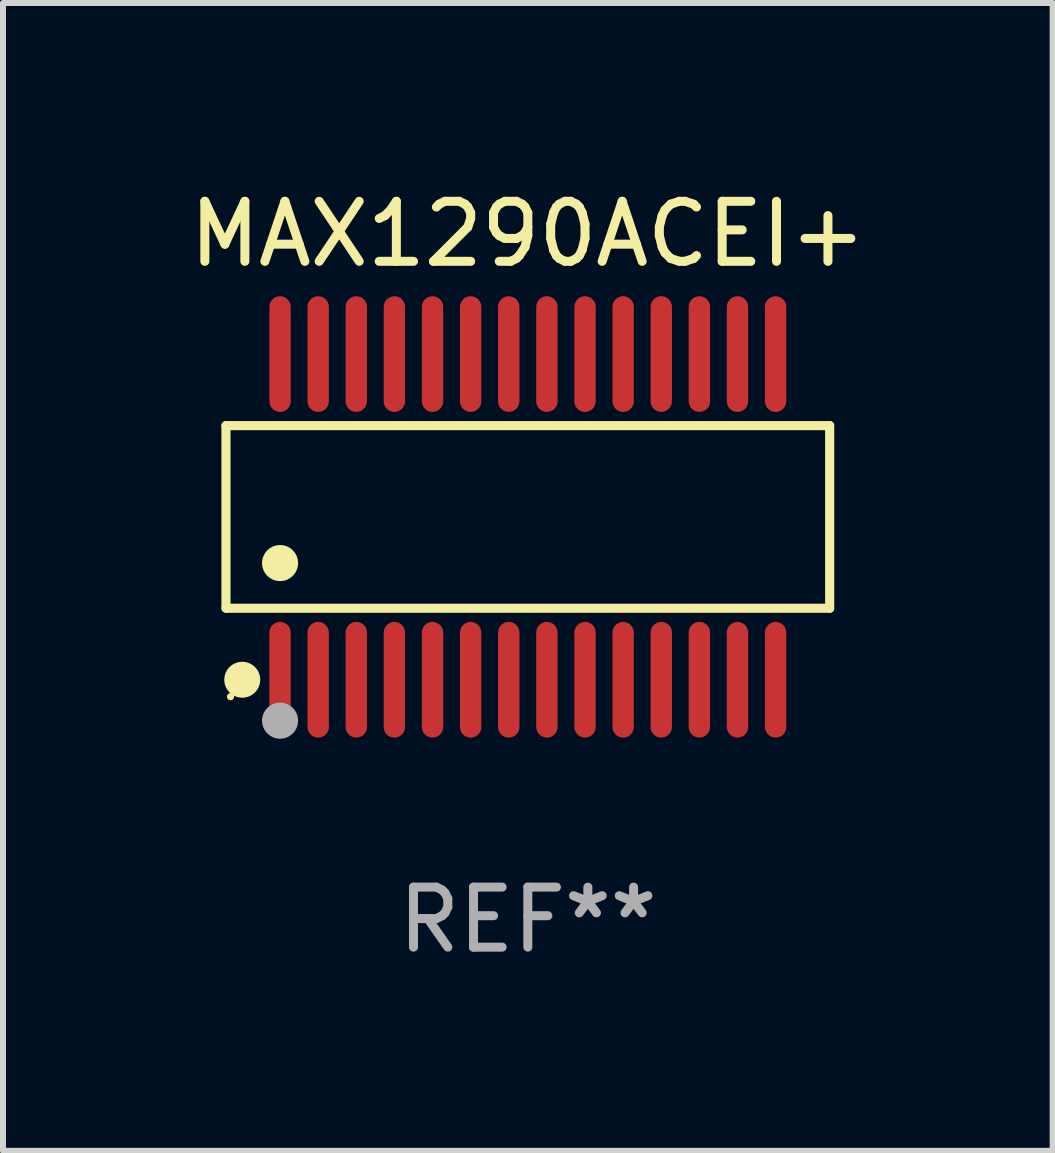
<source format=kicad_pcb>
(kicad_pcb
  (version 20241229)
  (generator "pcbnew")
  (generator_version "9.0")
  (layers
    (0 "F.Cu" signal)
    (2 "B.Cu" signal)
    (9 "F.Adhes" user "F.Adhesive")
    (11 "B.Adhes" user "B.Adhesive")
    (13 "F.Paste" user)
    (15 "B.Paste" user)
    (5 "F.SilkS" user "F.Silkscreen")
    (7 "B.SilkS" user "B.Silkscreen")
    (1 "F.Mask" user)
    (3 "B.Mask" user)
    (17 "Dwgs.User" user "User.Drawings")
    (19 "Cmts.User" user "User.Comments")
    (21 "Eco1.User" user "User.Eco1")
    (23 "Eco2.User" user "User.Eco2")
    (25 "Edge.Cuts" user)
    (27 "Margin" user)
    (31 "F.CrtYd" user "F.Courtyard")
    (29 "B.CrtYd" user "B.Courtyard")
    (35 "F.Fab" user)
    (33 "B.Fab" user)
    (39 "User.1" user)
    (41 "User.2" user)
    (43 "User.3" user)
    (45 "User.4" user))
  (footprint "MAX1290ACEI+"
    (layer "F.Cu")
    (at 5.744 5.562)
    (property "Reference" "MAX1290ACEI+" (at 0 -4.713 0) (layer "F.SilkS") (effects (font (size 1 1) (thickness 0.15))))
    (attr through_hole)
    (fp_line (start -5.029 -1.521) (end 5.029 -1.521) (stroke (width 0.152) (type solid)) (layer "F.SilkS"))
    (fp_line (start -5.029 1.521) (end -5.029 -1.521) (stroke (width 0.152) (type solid)) (layer "F.SilkS"))
    (fp_line (start 5.029 -1.521) (end 5.029 1.521) (stroke (width 0.152) (type solid)) (layer "F.SilkS"))
    (fp_line (start 5.029 1.521) (end -5.029 1.521) (stroke (width 0.152) (type solid)) (layer "F.SilkS"))
    (fp_circle (center -4.953 2.995) (end -4.923 2.995) (stroke (width 0.06) (type solid)) (fill no) (layer "F.SilkS"))
    (fp_circle (center -4.758 2.713) (end -4.608 2.713) (stroke (width 0.3) (type solid)) (fill no) (layer "F.SilkS"))
    (fp_circle (center -4.128 0.769) (end -3.977 0.769) (stroke (width 0.3) (type solid)) (fill no) (layer "F.SilkS"))
    (fp_circle (center -4.128 3.395) (end -3.977 3.395) (stroke (width 0.3) (type solid)) (fill no) (layer "F.Fab"))
    (fp_text user "REF**" (at 0 6.713 0) (layer "F.Fab") (effects (font (size 1 1) (thickness 0.15))))
    (pad "1" smd oval (at -4.128 2.713) (size 0.356 1.927) (layers "F.Cu" "F.Mask" "F.Paste"))
    (pad "2" smd oval (at -3.493 2.713) (size 0.356 1.927) (layers "F.Cu" "F.Mask" "F.Paste"))
    (pad "3" smd oval (at -2.858 2.713) (size 0.356 1.927) (layers "F.Cu" "F.Mask" "F.Paste"))
    (pad "4" smd oval (at -2.223 2.713) (size 0.356 1.927) (layers "F.Cu" "F.Mask" "F.Paste"))
    (pad "5" smd oval (at -1.588 2.713) (size 0.356 1.927) (layers "F.Cu" "F.Mask" "F.Paste"))
    (pad "6" smd oval (at -0.953 2.713) (size 0.356 1.927) (layers "F.Cu" "F.Mask" "F.Paste"))
    (pad "7" smd oval (at -0.318 2.713) (size 0.356 1.927) (layers "F.Cu" "F.Mask" "F.Paste"))
    (pad "8" smd oval (at 0.318 2.713) (size 0.356 1.927) (layers "F.Cu" "F.Mask" "F.Paste"))
    (pad "9" smd oval (at 0.953 2.713) (size 0.356 1.927) (layers "F.Cu" "F.Mask" "F.Paste"))
    (pad "10" smd oval (at 1.588 2.713) (size 0.356 1.927) (layers "F.Cu" "F.Mask" "F.Paste"))
    (pad "11" smd oval (at 2.223 2.713) (size 0.356 1.927) (layers "F.Cu" "F.Mask" "F.Paste"))
    (pad "12" smd oval (at 2.858 2.713) (size 0.356 1.927) (layers "F.Cu" "F.Mask" "F.Paste"))
    (pad "13" smd oval (at 3.493 2.713) (size 0.356 1.927) (layers "F.Cu" "F.Mask" "F.Paste"))
    (pad "14" smd oval (at 4.128 2.713) (size 0.356 1.927) (layers "F.Cu" "F.Mask" "F.Paste"))
    (pad "15" smd oval (at 4.128 -2.713) (size 0.356 1.927) (layers "F.Cu" "F.Mask" "F.Paste"))
    (pad "16" smd oval (at 3.493 -2.713) (size 0.356 1.927) (layers "F.Cu" "F.Mask" "F.Paste"))
    (pad "17" smd oval (at 2.858 -2.713) (size 0.356 1.927) (layers "F.Cu" "F.Mask" "F.Paste"))
    (pad "18" smd oval (at 2.223 -2.713) (size 0.356 1.927) (layers "F.Cu" "F.Mask" "F.Paste"))
    (pad "19" smd oval (at 1.588 -2.713) (size 0.356 1.927) (layers "F.Cu" "F.Mask" "F.Paste"))
    (pad "20" smd oval (at 0.953 -2.713) (size 0.356 1.927) (layers "F.Cu" "F.Mask" "F.Paste"))
    (pad "21" smd oval (at 0.318 -2.713) (size 0.356 1.927) (layers "F.Cu" "F.Mask" "F.Paste"))
    (pad "22" smd oval (at -0.318 -2.713) (size 0.356 1.927) (layers "F.Cu" "F.Mask" "F.Paste"))
    (pad "23" smd oval (at -0.953 -2.713) (size 0.356 1.927) (layers "F.Cu" "F.Mask" "F.Paste"))
    (pad "24" smd oval (at -1.588 -2.713) (size 0.356 1.927) (layers "F.Cu" "F.Mask" "F.Paste"))
    (pad "25" smd oval (at -2.223 -2.713) (size 0.356 1.927) (layers "F.Cu" "F.Mask" "F.Paste"))
    (pad "26" smd oval (at -2.858 -2.713) (size 0.356 1.927) (layers "F.Cu" "F.Mask" "F.Paste"))
    (pad "27" smd oval (at -3.493 -2.713) (size 0.356 1.927) (layers "F.Cu" "F.Mask" "F.Paste"))
    (pad "28" smd oval (at -4.128 -2.713) (size 0.356 1.927) (layers "F.Cu" "F.Mask" "F.Paste")))
  (gr_rect
    (start -3 -3)
    (end 14.488 16.123)
    (stroke (width 0.1) (type default))
    (fill no)
    (layer "Edge.Cuts")))
</source>
